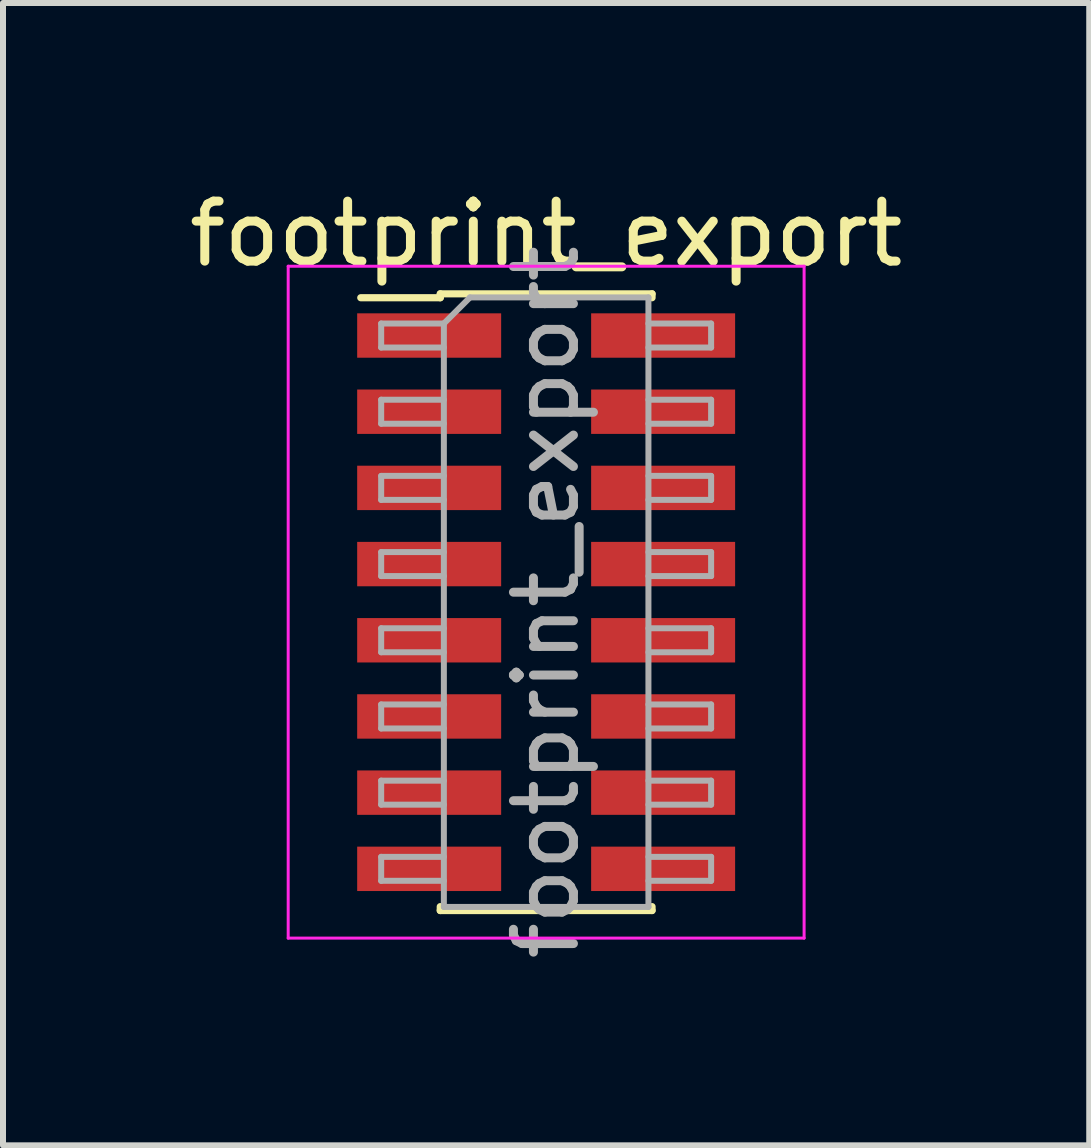
<source format=kicad_pcb>
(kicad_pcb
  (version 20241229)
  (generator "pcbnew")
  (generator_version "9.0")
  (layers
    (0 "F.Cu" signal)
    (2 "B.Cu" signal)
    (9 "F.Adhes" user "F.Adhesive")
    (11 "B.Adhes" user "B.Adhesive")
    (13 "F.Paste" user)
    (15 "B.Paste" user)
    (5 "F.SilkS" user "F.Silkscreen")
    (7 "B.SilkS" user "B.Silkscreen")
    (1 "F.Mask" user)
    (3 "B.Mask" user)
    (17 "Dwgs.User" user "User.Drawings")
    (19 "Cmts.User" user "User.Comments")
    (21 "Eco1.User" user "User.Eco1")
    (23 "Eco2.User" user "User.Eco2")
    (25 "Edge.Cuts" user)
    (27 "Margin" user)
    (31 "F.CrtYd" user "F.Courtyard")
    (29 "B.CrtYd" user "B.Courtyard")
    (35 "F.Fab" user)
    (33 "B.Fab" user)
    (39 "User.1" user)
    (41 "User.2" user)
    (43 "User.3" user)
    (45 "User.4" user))
  (footprint "footprint_export"
    (layer "F.Cu")
    (at 6.054 6.988)
    (property "Reference" "footprint_export" (at 0 -6.14 0) (layer "F.SilkS") (effects (font (size 1 1) (thickness 0.15))))
    (attr smd)
    (fp_line (start -3.09 -5.075) (end -1.765 -5.075) (stroke (width 0.12) (type solid)) (layer "F.SilkS"))
    (fp_line (start -1.765 -5.14) (end -1.765 -5.075) (stroke (width 0.12) (type solid)) (layer "F.SilkS"))
    (fp_line (start -1.765 -5.14) (end 1.765 -5.14) (stroke (width 0.12) (type solid)) (layer "F.SilkS"))
    (fp_line (start -1.765 5.075) (end -1.765 5.14) (stroke (width 0.12) (type solid)) (layer "F.SilkS"))
    (fp_line (start -1.765 5.14) (end 1.765 5.14) (stroke (width 0.12) (type solid)) (layer "F.SilkS"))
    (fp_line (start 1.765 -5.14) (end 1.765 -5.075) (stroke (width 0.12) (type solid)) (layer "F.SilkS"))
    (fp_line (start 1.765 5.075) (end 1.765 5.14) (stroke (width 0.12) (type solid)) (layer "F.SilkS"))
    (fp_line (start -4.3 -5.6) (end -4.3 5.6) (stroke (width 0.05) (type solid)) (layer "F.CrtYd"))
    (fp_line (start -4.3 5.6) (end 4.3 5.6) (stroke (width 0.05) (type solid)) (layer "F.CrtYd"))
    (fp_line (start 4.3 -5.6) (end -4.3 -5.6) (stroke (width 0.05) (type solid)) (layer "F.CrtYd"))
    (fp_line (start 4.3 5.6) (end 4.3 -5.6) (stroke (width 0.05) (type solid)) (layer "F.CrtYd"))
    (fp_line (start -2.75 -4.645) (end -2.75 -4.245) (stroke (width 0.1) (type solid)) (layer "F.Fab"))
    (fp_line (start -2.75 -4.245) (end -1.705 -4.245) (stroke (width 0.1) (type solid)) (layer "F.Fab"))
    (fp_line (start -2.75 -3.375) (end -2.75 -2.975) (stroke (width 0.1) (type solid)) (layer "F.Fab"))
    (fp_line (start -2.75 -2.975) (end -1.705 -2.975) (stroke (width 0.1) (type solid)) (layer "F.Fab"))
    (fp_line (start -2.75 -2.105) (end -2.75 -1.705) (stroke (width 0.1) (type solid)) (layer "F.Fab"))
    (fp_line (start -2.75 -1.705) (end -1.705 -1.705) (stroke (width 0.1) (type solid)) (layer "F.Fab"))
    (fp_line (start -2.75 -0.835) (end -2.75 -0.435) (stroke (width 0.1) (type solid)) (layer "F.Fab"))
    (fp_line (start -2.75 -0.435) (end -1.705 -0.435) (stroke (width 0.1) (type solid)) (layer "F.Fab"))
    (fp_line (start -2.75 0.435) (end -2.75 0.835) (stroke (width 0.1) (type solid)) (layer "F.Fab"))
    (fp_line (start -2.75 0.835) (end -1.705 0.835) (stroke (width 0.1) (type solid)) (layer "F.Fab"))
    (fp_line (start -2.75 1.705) (end -2.75 2.105) (stroke (width 0.1) (type solid)) (layer "F.Fab"))
    (fp_line (start -2.75 2.105) (end -1.705 2.105) (stroke (width 0.1) (type solid)) (layer "F.Fab"))
    (fp_line (start -2.75 2.975) (end -2.75 3.375) (stroke (width 0.1) (type solid)) (layer "F.Fab"))
    (fp_line (start -2.75 3.375) (end -1.705 3.375) (stroke (width 0.1) (type solid)) (layer "F.Fab"))
    (fp_line (start -2.75 4.245) (end -2.75 4.645) (stroke (width 0.1) (type solid)) (layer "F.Fab"))
    (fp_line (start -2.75 4.645) (end -1.705 4.645) (stroke (width 0.1) (type solid)) (layer "F.Fab"))
    (fp_line (start -1.705 -4.645) (end -2.75 -4.645) (stroke (width 0.1) (type solid)) (layer "F.Fab"))
    (fp_line (start -1.705 -4.645) (end -1.27 -5.08) (stroke (width 0.1) (type solid)) (layer "F.Fab"))
    (fp_line (start -1.705 -3.375) (end -2.75 -3.375) (stroke (width 0.1) (type solid)) (layer "F.Fab"))
    (fp_line (start -1.705 -2.105) (end -2.75 -2.105) (stroke (width 0.1) (type solid)) (layer "F.Fab"))
    (fp_line (start -1.705 -0.835) (end -2.75 -0.835) (stroke (width 0.1) (type solid)) (layer "F.Fab"))
    (fp_line (start -1.705 0.435) (end -2.75 0.435) (stroke (width 0.1) (type solid)) (layer "F.Fab"))
    (fp_line (start -1.705 1.705) (end -2.75 1.705) (stroke (width 0.1) (type solid)) (layer "F.Fab"))
    (fp_line (start -1.705 2.975) (end -2.75 2.975) (stroke (width 0.1) (type solid)) (layer "F.Fab"))
    (fp_line (start -1.705 4.245) (end -2.75 4.245) (stroke (width 0.1) (type solid)) (layer "F.Fab"))
    (fp_line (start -1.705 5.08) (end -1.705 -4.645) (stroke (width 0.1) (type solid)) (layer "F.Fab"))
    (fp_line (start -1.27 -5.08) (end 1.705 -5.08) (stroke (width 0.1) (type solid)) (layer "F.Fab"))
    (fp_line (start 1.705 -5.08) (end 1.705 5.08) (stroke (width 0.1) (type solid)) (layer "F.Fab"))
    (fp_line (start 1.705 -4.645) (end 2.75 -4.645) (stroke (width 0.1) (type solid)) (layer "F.Fab"))
    (fp_line (start 1.705 -3.375) (end 2.75 -3.375) (stroke (width 0.1) (type solid)) (layer "F.Fab"))
    (fp_line (start 1.705 -2.105) (end 2.75 -2.105) (stroke (width 0.1) (type solid)) (layer "F.Fab"))
    (fp_line (start 1.705 -0.835) (end 2.75 -0.835) (stroke (width 0.1) (type solid)) (layer "F.Fab"))
    (fp_line (start 1.705 0.435) (end 2.75 0.435) (stroke (width 0.1) (type solid)) (layer "F.Fab"))
    (fp_line (start 1.705 1.705) (end 2.75 1.705) (stroke (width 0.1) (type solid)) (layer "F.Fab"))
    (fp_line (start 1.705 2.975) (end 2.75 2.975) (stroke (width 0.1) (type solid)) (layer "F.Fab"))
    (fp_line (start 1.705 4.245) (end 2.75 4.245) (stroke (width 0.1) (type solid)) (layer "F.Fab"))
    (fp_line (start 1.705 5.08) (end -1.705 5.08) (stroke (width 0.1) (type solid)) (layer "F.Fab"))
    (fp_line (start 2.75 -4.645) (end 2.75 -4.245) (stroke (width 0.1) (type solid)) (layer "F.Fab"))
    (fp_line (start 2.75 -4.245) (end 1.705 -4.245) (stroke (width 0.1) (type solid)) (layer "F.Fab"))
    (fp_line (start 2.75 -3.375) (end 2.75 -2.975) (stroke (width 0.1) (type solid)) (layer "F.Fab"))
    (fp_line (start 2.75 -2.975) (end 1.705 -2.975) (stroke (width 0.1) (type solid)) (layer "F.Fab"))
    (fp_line (start 2.75 -2.105) (end 2.75 -1.705) (stroke (width 0.1) (type solid)) (layer "F.Fab"))
    (fp_line (start 2.75 -1.705) (end 1.705 -1.705) (stroke (width 0.1) (type solid)) (layer "F.Fab"))
    (fp_line (start 2.75 -0.835) (end 2.75 -0.435) (stroke (width 0.1) (type solid)) (layer "F.Fab"))
    (fp_line (start 2.75 -0.435) (end 1.705 -0.435) (stroke (width 0.1) (type solid)) (layer "F.Fab"))
    (fp_line (start 2.75 0.435) (end 2.75 0.835) (stroke (width 0.1) (type solid)) (layer "F.Fab"))
    (fp_line (start 2.75 0.835) (end 1.705 0.835) (stroke (width 0.1) (type solid)) (layer "F.Fab"))
    (fp_line (start 2.75 1.705) (end 2.75 2.105) (stroke (width 0.1) (type solid)) (layer "F.Fab"))
    (fp_line (start 2.75 2.105) (end 1.705 2.105) (stroke (width 0.1) (type solid)) (layer "F.Fab"))
    (fp_line (start 2.75 2.975) (end 2.75 3.375) (stroke (width 0.1) (type solid)) (layer "F.Fab"))
    (fp_line (start 2.75 3.375) (end 1.705 3.375) (stroke (width 0.1) (type solid)) (layer "F.Fab"))
    (fp_line (start 2.75 4.245) (end 2.75 4.645) (stroke (width 0.1) (type solid)) (layer "F.Fab"))
    (fp_line (start 2.75 4.645) (end 1.705 4.645) (stroke (width 0.1) (type solid)) (layer "F.Fab"))
    (fp_text user "${REFERENCE}" (at 0 0 90) (layer "F.Fab") (effects (font (size 1 1) (thickness 0.15))))
    (pad "1" smd rect (at -1.95 -4.445) (size 2.4 0.74) (layers "F.Cu" "F.Mask" "F.Paste"))
    (pad "2" smd rect (at 1.95 -4.445) (size 2.4 0.74) (layers "F.Cu" "F.Mask" "F.Paste"))
    (pad "3" smd rect (at -1.95 -3.175) (size 2.4 0.74) (layers "F.Cu" "F.Mask" "F.Paste"))
    (pad "4" smd rect (at 1.95 -3.175) (size 2.4 0.74) (layers "F.Cu" "F.Mask" "F.Paste"))
    (pad "5" smd rect (at -1.95 -1.905) (size 2.4 0.74) (layers "F.Cu" "F.Mask" "F.Paste"))
    (pad "6" smd rect (at 1.95 -1.905) (size 2.4 0.74) (layers "F.Cu" "F.Mask" "F.Paste"))
    (pad "7" smd rect (at -1.95 -0.635) (size 2.4 0.74) (layers "F.Cu" "F.Mask" "F.Paste"))
    (pad "8" smd rect (at 1.95 -0.635) (size 2.4 0.74) (layers "F.Cu" "F.Mask" "F.Paste"))
    (pad "9" smd rect (at -1.95 0.635) (size 2.4 0.74) (layers "F.Cu" "F.Mask" "F.Paste"))
    (pad "10" smd rect (at 1.95 0.635) (size 2.4 0.74) (layers "F.Cu" "F.Mask" "F.Paste"))
    (pad "11" smd rect (at -1.95 1.905) (size 2.4 0.74) (layers "F.Cu" "F.Mask" "F.Paste"))
    (pad "12" smd rect (at 1.95 1.905) (size 2.4 0.74) (layers "F.Cu" "F.Mask" "F.Paste"))
    (pad "13" smd rect (at -1.95 3.175) (size 2.4 0.74) (layers "F.Cu" "F.Mask" "F.Paste"))
    (pad "14" smd rect (at 1.95 3.175) (size 2.4 0.74) (layers "F.Cu" "F.Mask" "F.Paste"))
    (pad "15" smd rect (at -1.95 4.445) (size 2.4 0.74) (layers "F.Cu" "F.Mask" "F.Paste"))
    (pad "16" smd rect (at 1.95 4.445) (size 2.4 0.74) (layers "F.Cu" "F.Mask" "F.Paste")))
  (gr_rect
    (start -3 -3)
    (end 15.107 16.042)
    (stroke (width 0.1) (type default))
    (fill no)
    (layer "Edge.Cuts")))
</source>
